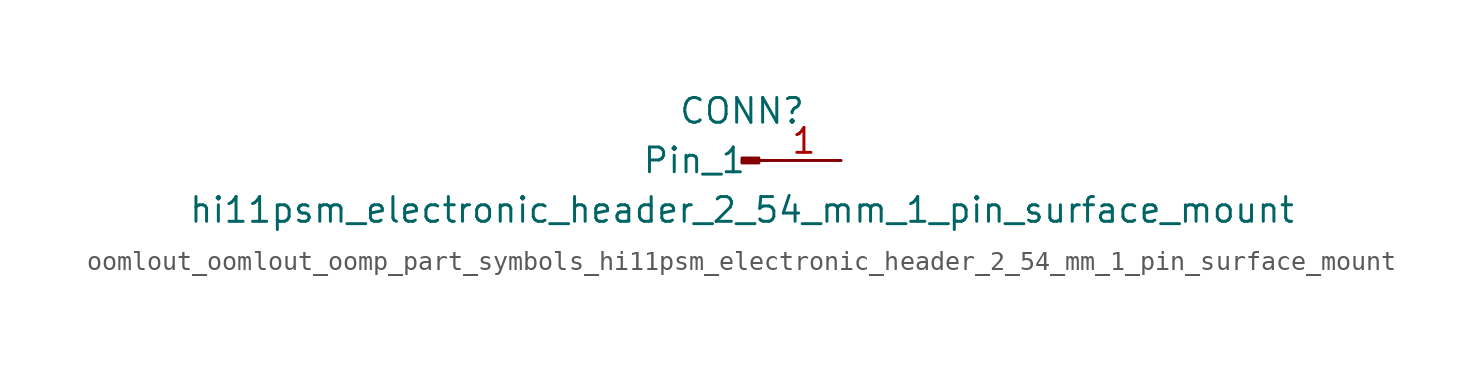
<source format=kicad_sym>
(kicad_symbol_lib
  (version 20220914)
  (generator kicad_symbol_editor)
  (symbol "oomlout_oomlout_oomp_part_symbols_hi11psm_electronic_header_2_54_mm_1_pin_surface_mount"
    (pin_names
      (offset 1.016))
    (property "Reference" "CONN"
      (at 0 2.54 0)
      (effects (font (size 1.27 1.27))))
    (property "Value" "hi11psm_electronic_header_2_54_mm_1_pin_surface_mount"
      (at 0 -2.54 0)
      (effects (font (size 1.27 1.27))))
    (property "ki_locked" ""
      (at 0 0 0)
      (effects (font (size 1.27 1.27))))
    (symbol "oomlout_oomlout_oomp_part_symbols_hi11psm_electronic_header_2_54_mm_1_pin_surface_mount_1_1"
      (polyline (pts (xy 1.27 0) (xy 0.864 0)) (stroke (width 0.152) (type default)) (fill (type none)))
      (rectangle (start 0.864 0.127) (end 0 -0.127) (stroke (width 0.152) (type default)) (fill (type outline)))
      (pin passive line (at 5.08 0 180) (length 3.81) (name "Pin_1" (effects (font (size 1.27 1.27)))) (number "1" (effects (font (size 1.27 1.27))))))))
</source>
